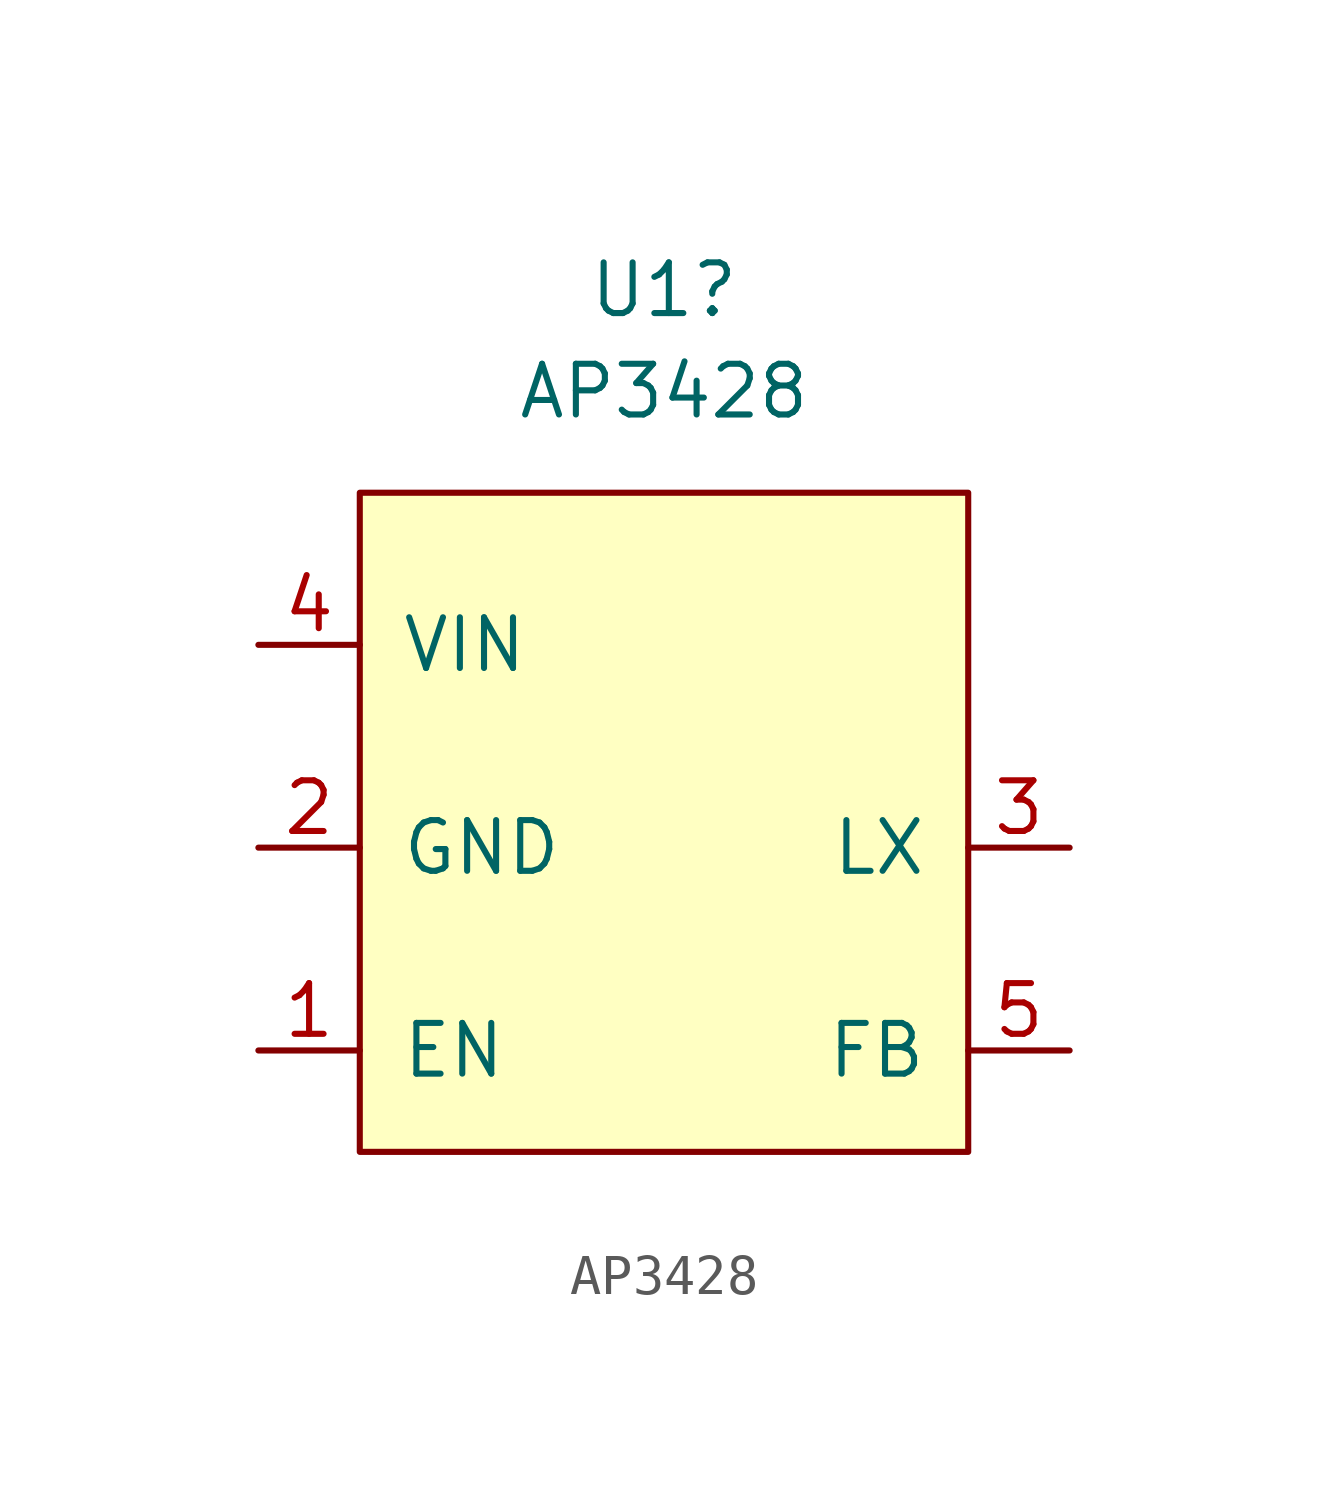
<source format=kicad_sym>
(kicad_symbol_lib
  (version 20211014)
  (generator kicad_symbol_editor)
  (symbol "AP3428"
    (pin_names
      (offset 1.016))
    (property "Reference" "U1"
      (at 0 13.97 0)
      (effects (font (size 1.27 1.27))))
    (property "Value" "AP3428"
      (at 0 11.43 0)
      (effects (font (size 1.27 1.27))))
    (symbol "AP3428_0_1"
      (rectangle (start -7.62 -7.62) (end 7.62 8.89) (stroke (width 0) (type default) (color 0 0 0 0)) (fill (type background))))
    (symbol "AP3428_1_1"
      (pin input line (at -10.16 -5.08 0) (length 2.54) (name "EN" (effects (font (size 1.27 1.27)))) (number "1" (effects (font (size 1.27 1.27)))))
      (pin power_in line (at -10.16 0 0) (length 2.54) (name "GND" (effects (font (size 1.27 1.27)))) (number "2" (effects (font (size 1.27 1.27)))))
      (pin power_out line (at 10.16 0 180) (length 2.54) (name "LX" (effects (font (size 1.27 1.27)))) (number "3" (effects (font (size 1.27 1.27)))))
      (pin power_in line (at -10.16 5.08 0) (length 2.54) (name "VIN" (effects (font (size 1.27 1.27)))) (number "4" (effects (font (size 1.27 1.27)))))
      (pin passive line (at 10.16 -5.08 180) (length 2.54) (name "FB" (effects (font (size 1.27 1.27)))) (number "5" (effects (font (size 1.27 1.27))))))))
</source>
